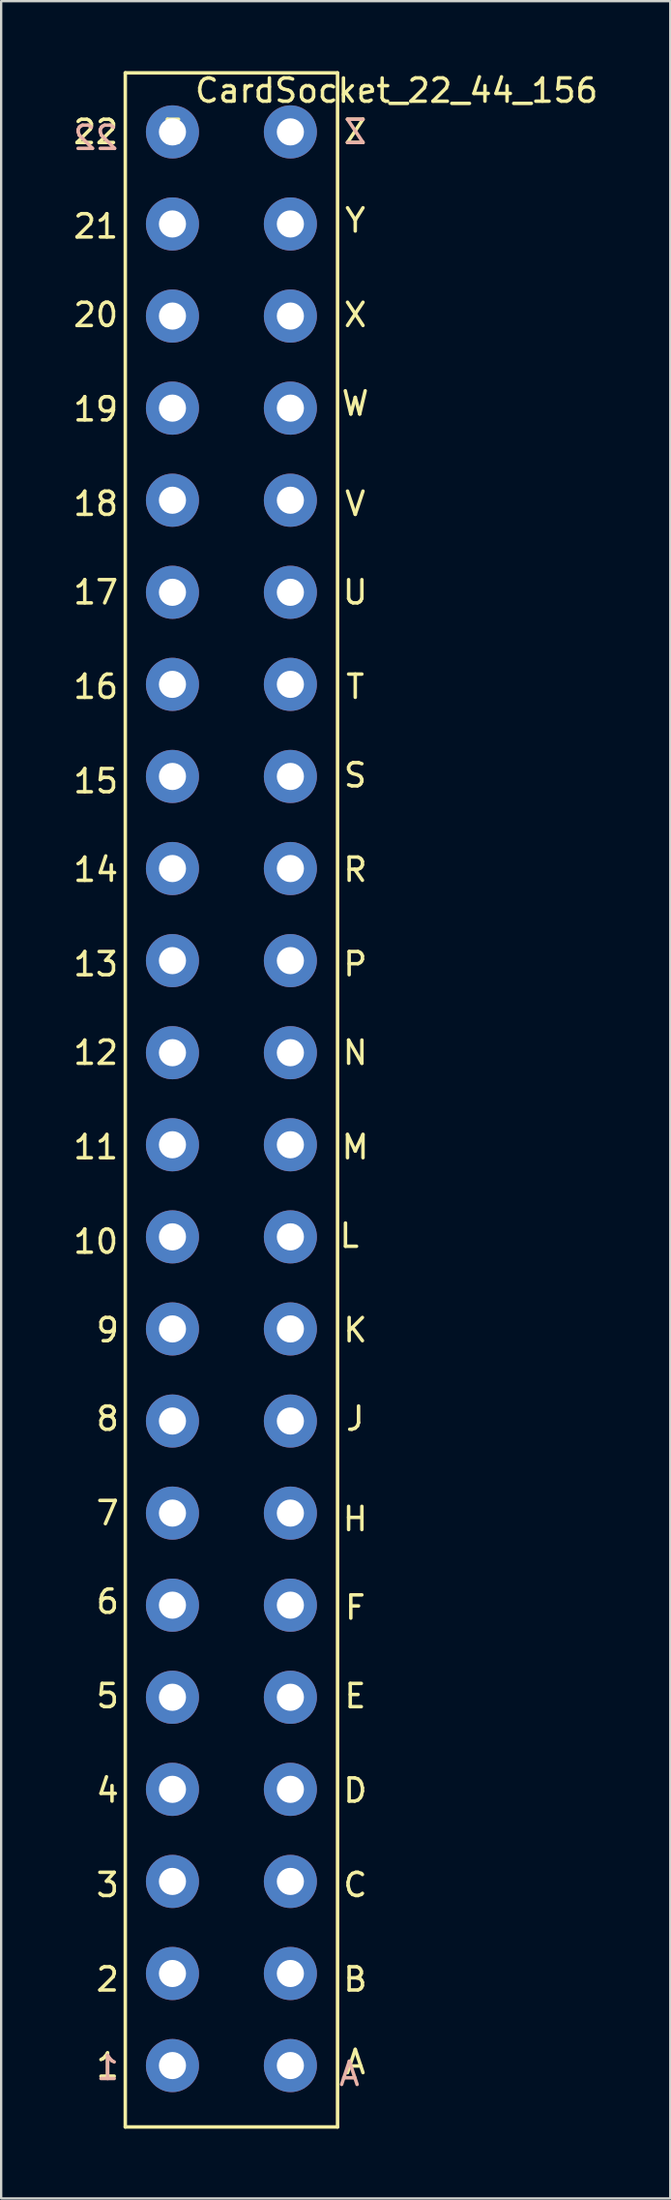
<source format=kicad_pcb>
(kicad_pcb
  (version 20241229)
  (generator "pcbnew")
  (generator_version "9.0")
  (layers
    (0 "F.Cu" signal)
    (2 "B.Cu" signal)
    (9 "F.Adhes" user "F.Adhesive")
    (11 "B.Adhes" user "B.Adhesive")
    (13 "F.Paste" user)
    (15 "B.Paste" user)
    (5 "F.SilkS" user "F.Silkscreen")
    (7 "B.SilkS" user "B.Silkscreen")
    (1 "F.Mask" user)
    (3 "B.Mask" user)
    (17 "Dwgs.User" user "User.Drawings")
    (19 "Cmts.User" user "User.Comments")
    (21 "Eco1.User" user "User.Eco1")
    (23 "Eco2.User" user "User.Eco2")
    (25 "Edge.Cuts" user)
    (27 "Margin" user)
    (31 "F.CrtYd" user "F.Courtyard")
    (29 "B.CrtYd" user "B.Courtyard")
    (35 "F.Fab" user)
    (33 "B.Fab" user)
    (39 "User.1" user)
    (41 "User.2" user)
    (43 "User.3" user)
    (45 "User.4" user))
  (footprint "CardSocket_22_44_156"
    (layer "F.Cu")
    (at 4.379 2.626)
    (property "Reference" "CardSocket_22_44_156" (at 9.652 -1.778 0) (layer "F.SilkS") (effects (font (size 1 1) (thickness 0.15))))
    (attr through_hole)
    (fp_line (start -2.032 -2.54) (end -2.032 85.852) (stroke (width 0.15) (type solid)) (layer "F.SilkS"))
    (fp_line (start -2.032 85.852) (end 7.112 85.852) (stroke (width 0.15) (type solid)) (layer "F.SilkS"))
    (fp_line (start 7.112 -2.54) (end -2.032 -2.54) (stroke (width 0.15) (type solid)) (layer "F.SilkS"))
    (fp_line (start 7.112 85.852) (end 7.112 -2.54) (stroke (width 0.15) (type solid)) (layer "F.SilkS"))
    (fp_text user "L" (at 7.62 47.498 0) (layer "F.SilkS") (effects (font (size 1 1) (thickness 0.15))))
    (fp_text user "E" (at 0 0 0) (layer "F.SilkS") (effects (font (size 1 1) (thickness 0.15))))
    (fp_text user "1" (at -2.794 83.21 0) (layer "F.SilkS") (effects (font (size 1 1) (thickness 0.15))))
    (fp_text user "V" (at 7.874 16.002 0) (layer "F.SilkS") (effects (font (size 1 1) (thickness 0.15))))
    (fp_text user "12" (at -3.302 39.624 0) (layer "F.SilkS") (effects (font (size 1 1) (thickness 0.15))))
    (fp_text user "3" (at -2.794 75.438 0) (layer "F.SilkS") (effects (font (size 1 1) (thickness 0.15))))
    (fp_text user "U" (at 7.874 19.812 0) (layer "F.SilkS") (effects (font (size 1 1) (thickness 0.15))))
    (fp_text user "9" (at -2.794 51.562 0) (layer "F.SilkS") (effects (font (size 1 1) (thickness 0.15))))
    (fp_text user "Y" (at 7.874 3.81 0) (layer "F.SilkS") (effects (font (size 1 1) (thickness 0.15))))
    (fp_text user "R" (at 7.874 31.75 0) (layer "F.SilkS") (effects (font (size 1 1) (thickness 0.15))))
    (fp_text user "7" (at -2.794 59.436 0) (layer "F.SilkS") (effects (font (size 1 1) (thickness 0.15))))
    (fp_text user "N" (at 7.874 39.624 0) (layer "F.SilkS") (effects (font (size 1 1) (thickness 0.15))))
    (fp_text user "6" (at -2.794 63.246 0) (layer "F.SilkS") (effects (font (size 1 1) (thickness 0.15))))
    (fp_text user "T" (at 7.874 23.876 0) (layer "F.SilkS") (effects (font (size 1 1) (thickness 0.15))))
    (fp_text user "K" (at 7.874 51.562 0) (layer "F.SilkS") (effects (font (size 1 1) (thickness 0.15))))
    (fp_text user "C" (at 7.874 75.438 0) (layer "F.SilkS") (effects (font (size 1 1) (thickness 0.15))))
    (fp_text user "M" (at 7.874 43.688 0) (layer "F.SilkS") (effects (font (size 1 1) (thickness 0.15))))
    (fp_text user "S" (at 7.874 27.686 0) (layer "F.SilkS") (effects (font (size 1 1) (thickness 0.15))))
    (fp_text user "2" (at -2.794 79.502 0) (layer "F.SilkS") (effects (font (size 1 1) (thickness 0.15))))
    (fp_text user "21" (at -3.302 4.064 0) (layer "F.SilkS") (effects (font (size 1 1) (thickness 0.15))))
    (fp_text user "20" (at -3.302 7.874 0) (layer "F.SilkS") (effects (font (size 1 1) (thickness 0.15))))
    (fp_text user "15" (at -3.302 27.94 0) (layer "F.SilkS") (effects (font (size 1 1) (thickness 0.15))))
    (fp_text user "18" (at -3.302 16.002 0) (layer "F.SilkS") (effects (font (size 1 1) (thickness 0.15))))
    (fp_text user "11" (at -3.302 43.688 0) (layer "F.SilkS") (effects (font (size 1 1) (thickness 0.15))))
    (fp_text user "4" (at -2.794 71.374 0) (layer "F.SilkS") (effects (font (size 1 1) (thickness 0.15))))
    (fp_text user "J" (at 7.874 55.372 0) (layer "F.SilkS") (effects (font (size 1 1) (thickness 0.15))))
    (fp_text user "H" (at 7.874 59.69 0) (layer "F.SilkS") (effects (font (size 1 1) (thickness 0.15))))
    (fp_text user "W" (at 7.874 11.684 0) (layer "F.SilkS") (effects (font (size 1 1) (thickness 0.15))))
    (fp_text user "13" (at -3.302 35.814 0) (layer "F.SilkS") (effects (font (size 1 1) (thickness 0.15))))
    (fp_text user "5" (at -2.794 67.31 0) (layer "F.SilkS") (effects (font (size 1 1) (thickness 0.15))))
    (fp_text user "14" (at -3.302 31.75 0) (layer "F.SilkS") (effects (font (size 1 1) (thickness 0.15))))
    (fp_text user "10" (at -3.302 47.752 0) (layer "F.SilkS") (effects (font (size 1 1) (thickness 0.15))))
    (fp_text user "B" (at 7.874 79.502 0) (layer "F.SilkS") (effects (font (size 1 1) (thickness 0.15))))
    (fp_text user "D" (at 7.874 71.374 0) (layer "F.SilkS") (effects (font (size 1 1) (thickness 0.15))))
    (fp_text user "F" (at 7.874 63.5 0) (layer "F.SilkS") (effects (font (size 1 1) (thickness 0.15))))
    (fp_text user "A" (at 7.874 83.058 0) (layer "F.SilkS") (effects (font (size 1 1) (thickness 0.15))))
    (fp_text user "17" (at -3.302 19.812 0) (layer "F.SilkS") (effects (font (size 1 1) (thickness 0.15))))
    (fp_text user "16" (at -3.302 23.876 0) (layer "F.SilkS") (effects (font (size 1 1) (thickness 0.15))))
    (fp_text user "P" (at 7.874 35.814 0) (layer "F.SilkS") (effects (font (size 1 1) (thickness 0.15))))
    (fp_text user "E" (at 7.874 67.31 0) (layer "F.SilkS") (effects (font (size 1 1) (thickness 0.15))))
    (fp_text user "19" (at -3.302 11.938 0) (layer "F.SilkS") (effects (font (size 1 1) (thickness 0.15))))
    (fp_text user "22" (at -3.302 0 0) (layer "F.SilkS") (effects (font (size 1 1) (thickness 0.15))))
    (fp_text user "8" (at -2.794 55.372 0) (layer "F.SilkS") (effects (font (size 1 1) (thickness 0.15))))
    (fp_text user "Z" (at 7.874 0 0) (layer "F.SilkS") (effects (font (size 1 1) (thickness 0.15))))
    (fp_text user "X" (at 7.874 7.874 0) (layer "F.SilkS") (effects (font (size 1 1) (thickness 0.15))))
    (fp_text user "Z" (at 7.874 0 0) (layer "B.SilkS") (effects (font (size 1 1) (thickness 0.15)) (justify mirror)))
    (fp_text user "A" (at 7.62 83.566 0) (layer "B.SilkS") (effects (font (size 1 1) (thickness 0.15)) (justify mirror)))
    (fp_text user "22" (at -3.302 0.254 0) (layer "B.SilkS") (effects (font (size 1 1) (thickness 0.15)) (justify mirror)))
    (fp_text user "1" (at -2.794 83.312 0) (layer "B.SilkS") (effects (font (size 1 1) (thickness 0.15)) (justify mirror)))
    (pad "1" thru_hole circle (at 0 83.21) (size 2.286 2.286) (drill 1.168) (layers "*.Cu" "*.Mask"))
    (pad "2" thru_hole circle (at 0 79.248) (size 2.286 2.286) (drill 1.168) (layers "*.Cu" "*.Mask"))
    (pad "3" thru_hole circle (at 0 75.286) (size 2.286 2.286) (drill 1.168) (layers "*.Cu" "*.Mask"))
    (pad "4" thru_hole circle (at 0 71.323) (size 2.286 2.286) (drill 1.168) (layers "*.Cu" "*.Mask"))
    (pad "5" thru_hole circle (at 0 67.361) (size 2.286 2.286) (drill 1.168) (layers "*.Cu" "*.Mask"))
    (pad "6" thru_hole circle (at 0 63.398) (size 2.286 2.286) (drill 1.168) (layers "*.Cu" "*.Mask"))
    (pad "7" thru_hole circle (at 0 59.436) (size 2.286 2.286) (drill 1.168) (layers "*.Cu" "*.Mask"))
    (pad "8" thru_hole circle (at 0 55.474) (size 2.286 2.286) (drill 1.168) (layers "*.Cu" "*.Mask"))
    (pad "9" thru_hole circle (at 0 51.511) (size 2.286 2.286) (drill 1.168) (layers "*.Cu" "*.Mask"))
    (pad "10" thru_hole circle (at 0 47.549) (size 2.286 2.286) (drill 1.168) (layers "*.Cu" "*.Mask"))
    (pad "11" thru_hole circle (at 0 43.586) (size 2.286 2.286) (drill 1.168) (layers "*.Cu" "*.Mask"))
    (pad "12" thru_hole circle (at 0 39.624) (size 2.286 2.286) (drill 1.168) (layers "*.Cu" "*.Mask"))
    (pad "13" thru_hole circle (at 0 35.662) (size 2.286 2.286) (drill 1.168) (layers "*.Cu" "*.Mask"))
    (pad "14" thru_hole circle (at 0 31.699) (size 2.286 2.286) (drill 1.168) (layers "*.Cu" "*.Mask"))
    (pad "15" thru_hole circle (at 0 27.737) (size 2.286 2.286) (drill 1.168) (layers "*.Cu" "*.Mask"))
    (pad "16" thru_hole circle (at 0 23.774) (size 2.286 2.286) (drill 1.168) (layers "*.Cu" "*.Mask"))
    (pad "17" thru_hole circle (at 0 19.812) (size 2.286 2.286) (drill 1.168) (layers "*.Cu" "*.Mask"))
    (pad "18" thru_hole circle (at 0 15.85) (size 2.286 2.286) (drill 1.168) (layers "*.Cu" "*.Mask"))
    (pad "19" thru_hole circle (at 0 11.887) (size 2.286 2.286) (drill 1.168) (layers "*.Cu" "*.Mask"))
    (pad "20" thru_hole circle (at 0 7.925) (size 2.286 2.286) (drill 1.168) (layers "*.Cu" "*.Mask"))
    (pad "21" thru_hole circle (at 0 3.962) (size 2.286 2.286) (drill 1.168) (layers "*.Cu" "*.Mask"))
    (pad "22" thru_hole circle (at 0 0) (size 2.286 2.286) (drill 1.168) (layers "*.Cu" "*.Mask"))
    (pad "A" thru_hole circle (at 5.08 83.21) (size 2.286 2.286) (drill 1.168) (layers "*.Cu" "*.Mask"))
    (pad "B" thru_hole circle (at 5.08 79.248) (size 2.286 2.286) (drill 1.168) (layers "*.Cu" "*.Mask"))
    (pad "C" thru_hole circle (at 5.08 75.286) (size 2.286 2.286) (drill 1.168) (layers "*.Cu" "*.Mask"))
    (pad "D" thru_hole circle (at 5.08 71.323) (size 2.286 2.286) (drill 1.168) (layers "*.Cu" "*.Mask"))
    (pad "E" thru_hole circle (at 5.08 67.361) (size 2.286 2.286) (drill 1.168) (layers "*.Cu" "*.Mask"))
    (pad "F" thru_hole circle (at 5.08 63.398) (size 2.286 2.286) (drill 1.168) (layers "*.Cu" "*.Mask"))
    (pad "H" thru_hole circle (at 5.08 59.436) (size 2.286 2.286) (drill 1.168) (layers "*.Cu" "*.Mask"))
    (pad "J" thru_hole circle (at 5.08 55.474) (size 2.286 2.286) (drill 1.168) (layers "*.Cu" "*.Mask"))
    (pad "K" thru_hole circle (at 5.08 51.511) (size 2.286 2.286) (drill 1.168) (layers "*.Cu" "*.Mask"))
    (pad "L" thru_hole circle (at 5.08 47.549) (size 2.286 2.286) (drill 1.168) (layers "*.Cu" "*.Mask"))
    (pad "M" thru_hole circle (at 5.08 43.586) (size 2.286 2.286) (drill 1.168) (layers "*.Cu" "*.Mask"))
    (pad "N" thru_hole circle (at 5.08 39.624) (size 2.286 2.286) (drill 1.168) (layers "*.Cu" "*.Mask"))
    (pad "P" thru_hole circle (at 5.08 35.662) (size 2.286 2.286) (drill 1.168) (layers "*.Cu" "*.Mask"))
    (pad "R" thru_hole circle (at 5.08 31.699) (size 2.286 2.286) (drill 1.168) (layers "*.Cu" "*.Mask"))
    (pad "S" thru_hole circle (at 5.08 27.737) (size 2.286 2.286) (drill 1.168) (layers "*.Cu" "*.Mask"))
    (pad "T" thru_hole circle (at 5.08 23.774) (size 2.286 2.286) (drill 1.168) (layers "*.Cu" "*.Mask"))
    (pad "U" thru_hole circle (at 5.08 19.812) (size 2.286 2.286) (drill 1.168) (layers "*.Cu" "*.Mask"))
    (pad "V" thru_hole circle (at 5.08 15.85) (size 2.286 2.286) (drill 1.168) (layers "*.Cu" "*.Mask"))
    (pad "W" thru_hole circle (at 5.08 11.887) (size 2.286 2.286) (drill 1.168) (layers "*.Cu" "*.Mask"))
    (pad "X" thru_hole circle (at 5.08 7.925) (size 2.286 2.286) (drill 1.168) (layers "*.Cu" "*.Mask"))
    (pad "Y" thru_hole circle (at 5.08 3.962) (size 2.286 2.286) (drill 1.168) (layers "*.Cu" "*.Mask"))
    (pad "Z" thru_hole circle (at 5.08 0) (size 2.286 2.286) (drill 1.168) (layers "*.Cu" "*.Mask")))
  (gr_rect
    (start -3 -3)
    (end 25.823 91.553)
    (stroke (width 0.1) (type default))
    (fill no)
    (layer "Edge.Cuts")))
</source>
